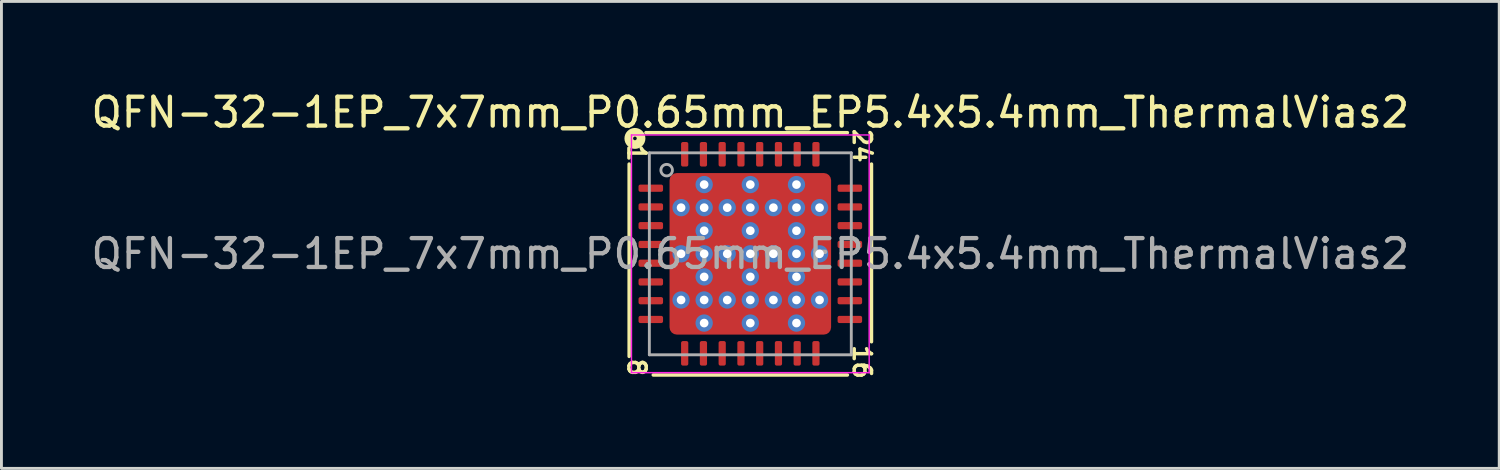
<source format=kicad_pcb>
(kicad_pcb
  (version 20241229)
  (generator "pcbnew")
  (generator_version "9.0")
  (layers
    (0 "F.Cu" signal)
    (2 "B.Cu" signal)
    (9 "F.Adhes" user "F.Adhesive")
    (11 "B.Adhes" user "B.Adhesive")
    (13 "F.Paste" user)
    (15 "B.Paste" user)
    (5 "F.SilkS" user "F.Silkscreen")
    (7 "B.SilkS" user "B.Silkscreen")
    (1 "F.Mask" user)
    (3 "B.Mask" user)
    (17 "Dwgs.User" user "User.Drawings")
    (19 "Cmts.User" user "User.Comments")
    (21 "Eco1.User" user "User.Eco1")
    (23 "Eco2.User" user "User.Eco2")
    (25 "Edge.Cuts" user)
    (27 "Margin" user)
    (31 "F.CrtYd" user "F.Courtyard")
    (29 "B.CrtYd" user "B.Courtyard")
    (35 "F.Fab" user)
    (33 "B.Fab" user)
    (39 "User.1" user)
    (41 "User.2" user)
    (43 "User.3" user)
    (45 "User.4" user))
  (footprint "QFN-32-1EP_7x7mm_P0.65mm_EP5.4x5.4mm_ThermalVias2"
    (layer "F.Cu")
    (at 22.958 5.748)
    (property "Reference" "QFN-32-1EP_7x7mm_P0.65mm_EP5.4x5.4mm_ThermalVias2" (at 0 -4.9 0) (layer "F.SilkS") (effects (font (size 1 1) (thickness 0.15))))
    (attr smd)
    (fp_line (start -4.2 -3.111) (end -4.2 3.556) (stroke (width 0.12) (type solid)) (layer "F.SilkS"))
    (fp_line (start -3.365 4.2) (end 3.365 4.2) (stroke (width 0.12) (type solid)) (layer "F.SilkS"))
    (fp_line (start 3.365 -4.2) (end -3.619 -4.2) (stroke (width 0.12) (type solid)) (layer "F.SilkS"))
    (fp_line (start 4.2 3.048) (end 4.2 -3.111) (stroke (width 0.12) (type solid)) (layer "F.SilkS"))
    (fp_circle (center -4 -4) (end -3.937 -4) (stroke (width 0.3) (type solid)) (fill no) (layer "F.SilkS"))
    (fp_line (start -4.12 -4.12) (end -4.12 4.12) (stroke (width 0.05) (type solid)) (layer "F.CrtYd"))
    (fp_line (start -4.12 4.12) (end 4.12 4.12) (stroke (width 0.05) (type solid)) (layer "F.CrtYd"))
    (fp_line (start 4.12 -4.12) (end -4.12 -4.12) (stroke (width 0.05) (type solid)) (layer "F.CrtYd"))
    (fp_line (start 4.12 4.12) (end 4.12 -4.12) (stroke (width 0.05) (type solid)) (layer "F.CrtYd"))
    (fp_line (start -3.5 -3.5) (end 3.5 -3.5) (stroke (width 0.1) (type solid)) (layer "F.Fab"))
    (fp_line (start -3.5 3.5) (end -3.5 -3.5) (stroke (width 0.1) (type solid)) (layer "F.Fab"))
    (fp_line (start 3.5 -3.5) (end 3.5 3.5) (stroke (width 0.1) (type solid)) (layer "F.Fab"))
    (fp_line (start 3.5 3.5) (end -3.5 3.5) (stroke (width 0.1) (type solid)) (layer "F.Fab"))
    (fp_circle (center -2.9 -2.9) (end -2.7 -2.9) (stroke (width 0.1) (type solid)) (fill no) (layer "F.Fab"))
    (fp_text user "8" (at -3.937 3.937 270) (unlocked yes) (layer "F.SilkS") (effects (font (size 0.6 0.6) (thickness 0.12))))
    (fp_text user "1" (at -3.937 -3.493 270) (unlocked yes) (layer "F.SilkS") (effects (font (size 0.6 0.6) (thickness 0.12))))
    (fp_text user "24" (at 3.873 -3.747 270) (unlocked yes) (layer "F.SilkS") (effects (font (size 0.6 0.6) (thickness 0.12))))
    (fp_text user "16" (at 3.873 3.747 270) (unlocked yes) (layer "F.SilkS") (effects (font (size 0.6 0.6) (thickness 0.12))))
    (fp_text user "${REFERENCE}" (at 0 0 0) (layer "F.Fab") (effects (font (size 1 1) (thickness 0.15))))
    (pad "" smd roundrect (at -2.3 -2.3) (size 0.6 0.6) (layers "F.Paste") (roundrect_rratio 0.25))
    (pad "" smd roundrect (at -2.3 -2.3) (size 0.8 0.8) (layers "F.Mask") (roundrect_rratio 0.25))
    (pad "" smd roundrect (at -2.3 -0.8) (size 0.6 0.8) (layers "F.Paste") (roundrect_rratio 0.25))
    (pad "" smd roundrect (at -2.3 -0.8) (size 0.8 1) (layers "F.Mask") (roundrect_rratio 0.25))
    (pad "" smd roundrect (at -2.3 0.8) (size 0.6 0.8) (layers "F.Paste") (roundrect_rratio 0.25))
    (pad "" smd roundrect (at -2.3 0.8) (size 0.8 1) (layers "F.Mask") (roundrect_rratio 0.25))
    (pad "" smd roundrect (at -2.3 2.3) (size 0.6 0.6) (layers "F.Paste") (roundrect_rratio 0.25))
    (pad "" smd roundrect (at -2.3 2.3) (size 0.8 0.8) (layers "F.Mask") (roundrect_rratio 0.25))
    (pad "" smd roundrect (at -0.8 -2.3 90) (size 0.6 0.8) (layers "F.Paste") (roundrect_rratio 0.25))
    (pad "" smd roundrect (at -0.8 -2.3) (size 1 0.8) (layers "F.Mask") (roundrect_rratio 0.25))
    (pad "" smd roundrect (at -0.8 -0.8) (size 0.7 0.7) (layers "F.Paste") (roundrect_rratio 0.25))
    (pad "" smd roundrect (at -0.8 -0.8) (size 1 1) (layers "F.Mask") (roundrect_rratio 0.227))
    (pad "" smd roundrect (at -0.8 0.8) (size 0.7 0.7) (layers "F.Paste") (roundrect_rratio 0.25))
    (pad "" smd roundrect (at -0.8 0.8) (size 1 1) (layers "F.Mask") (roundrect_rratio 0.227))
    (pad "" smd roundrect (at -0.8 2.3 90) (size 0.6 0.8) (layers "F.Paste") (roundrect_rratio 0.25))
    (pad "" smd roundrect (at -0.8 2.3) (size 1 0.8) (layers "F.Mask") (roundrect_rratio 0.25))
    (pad "" smd roundrect (at 0.8 -2.3 90) (size 0.6 0.8) (layers "F.Paste") (roundrect_rratio 0.25))
    (pad "" smd roundrect (at 0.8 -2.3) (size 1 0.8) (layers "F.Mask") (roundrect_rratio 0.25))
    (pad "" smd roundrect (at 0.8 -0.8) (size 0.7 0.7) (layers "F.Paste") (roundrect_rratio 0.25))
    (pad "" smd roundrect (at 0.8 -0.8) (size 1 1) (layers "F.Mask") (roundrect_rratio 0.227))
    (pad "" smd roundrect (at 0.8 0.8) (size 0.7 0.7) (layers "F.Paste") (roundrect_rratio 0.25))
    (pad "" smd roundrect (at 0.8 0.8) (size 1 1) (layers "F.Mask") (roundrect_rratio 0.227))
    (pad "" smd roundrect (at 0.8 2.3 90) (size 0.6 0.8) (layers "F.Paste") (roundrect_rratio 0.25))
    (pad "" smd roundrect (at 0.8 2.3) (size 1 0.8) (layers "F.Mask") (roundrect_rratio 0.25))
    (pad "" smd roundrect (at 2.3 -2.3) (size 0.6 0.6) (layers "F.Paste") (roundrect_rratio 0.25))
    (pad "" smd roundrect (at 2.3 -2.3) (size 0.8 0.8) (layers "F.Mask") (roundrect_rratio 0.25))
    (pad "" smd roundrect (at 2.3 -0.8) (size 0.6 0.8) (layers "F.Paste") (roundrect_rratio 0.25))
    (pad "" smd roundrect (at 2.3 -0.8) (size 0.8 1) (layers "F.Mask") (roundrect_rratio 0.25))
    (pad "" smd roundrect (at 2.3 0.8) (size 0.6 0.8) (layers "F.Paste") (roundrect_rratio 0.25))
    (pad "" smd roundrect (at 2.3 0.8) (size 0.8 1) (layers "F.Mask") (roundrect_rratio 0.25))
    (pad "" smd roundrect (at 2.3 2.3) (size 0.6 0.6) (layers "F.Paste") (roundrect_rratio 0.25))
    (pad "" smd roundrect (at 2.3 2.3) (size 0.8 0.8) (layers "F.Mask") (roundrect_rratio 0.25))
    (pad "1" smd roundrect (at -3.45 -2.275) (size 0.85 0.25) (layers "F.Cu" "F.Mask" "F.Paste") (roundrect_rratio 0.25))
    (pad "2" smd roundrect (at -3.45 -1.625) (size 0.85 0.25) (layers "F.Cu" "F.Mask" "F.Paste") (roundrect_rratio 0.25))
    (pad "3" smd roundrect (at -3.45 -0.975) (size 0.85 0.25) (layers "F.Cu" "F.Mask" "F.Paste") (roundrect_rratio 0.25))
    (pad "4" smd roundrect (at -3.45 -0.325) (size 0.85 0.25) (layers "F.Cu" "F.Mask" "F.Paste") (roundrect_rratio 0.25))
    (pad "5" smd roundrect (at -3.45 0.325) (size 0.85 0.25) (layers "F.Cu" "F.Mask" "F.Paste") (roundrect_rratio 0.25))
    (pad "6" smd roundrect (at -3.45 0.975) (size 0.85 0.25) (layers "F.Cu" "F.Mask" "F.Paste") (roundrect_rratio 0.25))
    (pad "7" smd roundrect (at -3.45 1.625) (size 0.85 0.25) (layers "F.Cu" "F.Mask" "F.Paste") (roundrect_rratio 0.25))
    (pad "8" smd roundrect (at -3.45 2.275) (size 0.85 0.25) (layers "F.Cu" "F.Mask" "F.Paste") (roundrect_rratio 0.25))
    (pad "9" smd roundrect (at -2.275 3.45) (size 0.25 0.85) (layers "F.Cu" "F.Mask" "F.Paste") (roundrect_rratio 0.25))
    (pad "10" smd roundrect (at -1.625 3.45) (size 0.25 0.85) (layers "F.Cu" "F.Mask" "F.Paste") (roundrect_rratio 0.25))
    (pad "11" smd roundrect (at -0.975 3.45) (size 0.25 0.85) (layers "F.Cu" "F.Mask" "F.Paste") (roundrect_rratio 0.25))
    (pad "12" smd roundrect (at -0.325 3.45) (size 0.25 0.85) (layers "F.Cu" "F.Mask" "F.Paste") (roundrect_rratio 0.25))
    (pad "13" smd roundrect (at 0.325 3.45) (size 0.25 0.85) (layers "F.Cu" "F.Mask" "F.Paste") (roundrect_rratio 0.25))
    (pad "14" smd roundrect (at 0.975 3.45) (size 0.25 0.85) (layers "F.Cu" "F.Mask" "F.Paste") (roundrect_rratio 0.25))
    (pad "15" smd roundrect (at 1.625 3.45) (size 0.25 0.85) (layers "F.Cu" "F.Mask" "F.Paste") (roundrect_rratio 0.25))
    (pad "16" smd roundrect (at 2.275 3.45) (size 0.25 0.85) (layers "F.Cu" "F.Mask" "F.Paste") (roundrect_rratio 0.25))
    (pad "17" smd roundrect (at 3.45 2.275) (size 0.85 0.25) (layers "F.Cu" "F.Mask" "F.Paste") (roundrect_rratio 0.25))
    (pad "18" smd roundrect (at 3.45 1.625) (size 0.85 0.25) (layers "F.Cu" "F.Mask" "F.Paste") (roundrect_rratio 0.25))
    (pad "19" smd roundrect (at 3.45 0.975) (size 0.85 0.25) (layers "F.Cu" "F.Mask" "F.Paste") (roundrect_rratio 0.25))
    (pad "20" smd roundrect (at 3.45 0.325) (size 0.85 0.25) (layers "F.Cu" "F.Mask" "F.Paste") (roundrect_rratio 0.25))
    (pad "21" smd roundrect (at 3.45 -0.325) (size 0.85 0.25) (layers "F.Cu" "F.Mask" "F.Paste") (roundrect_rratio 0.25))
    (pad "22" smd roundrect (at 3.45 -0.975) (size 0.85 0.25) (layers "F.Cu" "F.Mask" "F.Paste") (roundrect_rratio 0.25))
    (pad "23" smd roundrect (at 3.45 -1.625) (size 0.85 0.25) (layers "F.Cu" "F.Mask" "F.Paste") (roundrect_rratio 0.25))
    (pad "24" smd roundrect (at 3.45 -2.275) (size 0.85 0.25) (layers "F.Cu" "F.Mask" "F.Paste") (roundrect_rratio 0.25))
    (pad "25" smd roundrect (at 2.275 -3.45) (size 0.25 0.85) (layers "F.Cu" "F.Mask" "F.Paste") (roundrect_rratio 0.25))
    (pad "26" smd roundrect (at 1.625 -3.45) (size 0.25 0.85) (layers "F.Cu" "F.Mask" "F.Paste") (roundrect_rratio 0.25))
    (pad "27" smd roundrect (at 0.975 -3.45) (size 0.25 0.85) (layers "F.Cu" "F.Mask" "F.Paste") (roundrect_rratio 0.25))
    (pad "28" smd roundrect (at 0.325 -3.45) (size 0.25 0.85) (layers "F.Cu" "F.Mask" "F.Paste") (roundrect_rratio 0.25))
    (pad "29" smd roundrect (at -0.325 -3.45) (size 0.25 0.85) (layers "F.Cu" "F.Mask" "F.Paste") (roundrect_rratio 0.25))
    (pad "30" smd roundrect (at -0.975 -3.45) (size 0.25 0.85) (layers "F.Cu" "F.Mask" "F.Paste") (roundrect_rratio 0.25))
    (pad "31" smd roundrect (at -1.625 -3.45) (size 0.25 0.85) (layers "F.Cu" "F.Mask" "F.Paste") (roundrect_rratio 0.25))
    (pad "32" smd roundrect (at -2.275 -3.45) (size 0.25 0.85) (layers "F.Cu" "F.Mask" "F.Paste") (roundrect_rratio 0.25))
    (pad "33" thru_hole circle (at -2.4 -1.6) (size 0.6 0.6) (drill 0.3) (property pad_prop_heatsink) (layers "*.Cu" "*.Mask"))
    (pad "33" thru_hole circle (at -2.4 0) (size 0.6 0.6) (drill 0.3) (property pad_prop_heatsink) (layers "*.Cu" "*.Mask"))
    (pad "33" thru_hole circle (at -2.4 1.6) (size 0.6 0.6) (drill 0.3) (property pad_prop_heatsink) (layers "*.Cu" "*.Mask"))
    (pad "33" thru_hole circle (at -1.6 -2.4) (size 0.6 0.6) (drill 0.3) (property pad_prop_heatsink) (layers "*.Cu" "*.Mask"))
    (pad "33" thru_hole circle (at -1.6 -1.6) (size 0.6 0.6) (drill 0.3) (property pad_prop_heatsink) (layers "*.Cu" "*.Mask"))
    (pad "33" thru_hole circle (at -1.6 -0.8) (size 0.6 0.6) (drill 0.3) (property pad_prop_heatsink) (layers "*.Cu" "*.Mask"))
    (pad "33" thru_hole circle (at -1.6 0) (size 0.6 0.6) (drill 0.3) (property pad_prop_heatsink) (layers "*.Cu" "*.Mask"))
    (pad "33" thru_hole circle (at -1.6 0.8) (size 0.6 0.6) (drill 0.3) (property pad_prop_heatsink) (layers "*.Cu" "*.Mask"))
    (pad "33" thru_hole circle (at -1.6 1.6) (size 0.6 0.6) (drill 0.3) (property pad_prop_heatsink) (layers "*.Cu" "*.Mask"))
    (pad "33" thru_hole circle (at -1.6 2.4) (size 0.6 0.6) (drill 0.3) (property pad_prop_heatsink) (layers "*.Cu" "*.Mask"))
    (pad "33" thru_hole circle (at -0.8 -1.6) (size 0.6 0.6) (drill 0.3) (property pad_prop_heatsink) (layers "*.Cu" "*.Mask"))
    (pad "33" thru_hole circle (at -0.8 0) (size 0.6 0.6) (drill 0.3) (property pad_prop_heatsink) (layers "*.Cu" "*.Mask"))
    (pad "33" thru_hole circle (at -0.8 1.6) (size 0.6 0.6) (drill 0.3) (property pad_prop_heatsink) (layers "*.Cu" "*.Mask"))
    (pad "33" thru_hole circle (at 0 -2.4) (size 0.6 0.6) (drill 0.3) (property pad_prop_heatsink) (layers "*.Cu" "*.Mask"))
    (pad "33" thru_hole circle (at 0 -1.6) (size 0.6 0.6) (drill 0.3) (property pad_prop_heatsink) (layers "*.Cu" "*.Mask"))
    (pad "33" thru_hole circle (at 0 -0.8) (size 0.6 0.6) (drill 0.3) (property pad_prop_heatsink) (layers "*.Cu" "*.Mask"))
    (pad "33" thru_hole circle (at 0 0) (size 0.6 0.6) (drill 0.3) (property pad_prop_heatsink) (layers "*.Cu" "*.Mask"))
    (pad "33" smd roundrect (at 0 0) (size 5.6 5.6) (layers "F.Cu") (roundrect_rratio 0.045))
    (pad "33" thru_hole circle (at 0 0.8) (size 0.6 0.6) (drill 0.3) (property pad_prop_heatsink) (layers "*.Cu" "*.Mask"))
    (pad "33" thru_hole circle (at 0 1.6) (size 0.6 0.6) (drill 0.3) (property pad_prop_heatsink) (layers "*.Cu" "*.Mask"))
    (pad "33" thru_hole circle (at 0 2.4) (size 0.6 0.6) (drill 0.3) (property pad_prop_heatsink) (layers "*.Cu" "*.Mask"))
    (pad "33" thru_hole circle (at 0.8 -1.6) (size 0.6 0.6) (drill 0.3) (property pad_prop_heatsink) (layers "*.Cu" "*.Mask"))
    (pad "33" thru_hole circle (at 0.8 0) (size 0.6 0.6) (drill 0.3) (property pad_prop_heatsink) (layers "*.Cu" "*.Mask"))
    (pad "33" thru_hole circle (at 0.8 1.6) (size 0.6 0.6) (drill 0.3) (property pad_prop_heatsink) (layers "*.Cu" "*.Mask"))
    (pad "33" thru_hole circle (at 1.6 -2.4) (size 0.6 0.6) (drill 0.3) (property pad_prop_heatsink) (layers "*.Cu" "*.Mask"))
    (pad "33" thru_hole circle (at 1.6 -1.6) (size 0.6 0.6) (drill 0.3) (property pad_prop_heatsink) (layers "*.Cu" "*.Mask"))
    (pad "33" thru_hole circle (at 1.6 -0.8) (size 0.6 0.6) (drill 0.3) (property pad_prop_heatsink) (layers "*.Cu" "*.Mask"))
    (pad "33" thru_hole circle (at 1.6 0) (size 0.6 0.6) (drill 0.3) (property pad_prop_heatsink) (layers "*.Cu" "*.Mask"))
    (pad "33" thru_hole circle (at 1.6 0.8) (size 0.6 0.6) (drill 0.3) (property pad_prop_heatsink) (layers "*.Cu" "*.Mask"))
    (pad "33" thru_hole circle (at 1.6 1.6) (size 0.6 0.6) (drill 0.3) (property pad_prop_heatsink) (layers "*.Cu" "*.Mask"))
    (pad "33" thru_hole circle (at 1.6 2.4) (size 0.6 0.6) (drill 0.3) (property pad_prop_heatsink) (layers "*.Cu" "*.Mask"))
    (pad "33" thru_hole circle (at 2.4 -1.6) (size 0.6 0.6) (drill 0.3) (property pad_prop_heatsink) (layers "*.Cu" "*.Mask"))
    (pad "33" thru_hole circle (at 2.4 0) (size 0.6 0.6) (drill 0.3) (property pad_prop_heatsink) (layers "*.Cu" "*.Mask"))
    (pad "33" thru_hole circle (at 2.4 1.6) (size 0.6 0.6) (drill 0.3) (property pad_prop_heatsink) (layers "*.Cu" "*.Mask")))
  (gr_rect
    (start -3 -3)
    (end 48.917 13.186)
    (stroke (width 0.1) (type default))
    (fill no)
    (layer "Edge.Cuts")))
</source>
